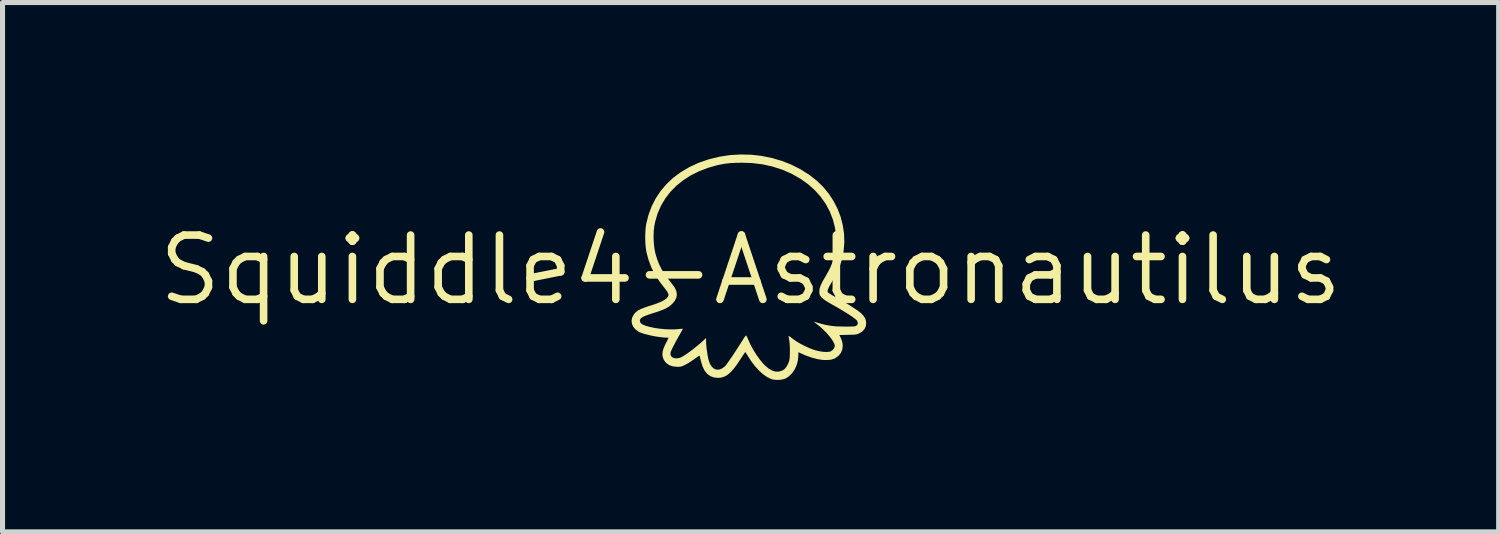
<source format=kicad_pcb>
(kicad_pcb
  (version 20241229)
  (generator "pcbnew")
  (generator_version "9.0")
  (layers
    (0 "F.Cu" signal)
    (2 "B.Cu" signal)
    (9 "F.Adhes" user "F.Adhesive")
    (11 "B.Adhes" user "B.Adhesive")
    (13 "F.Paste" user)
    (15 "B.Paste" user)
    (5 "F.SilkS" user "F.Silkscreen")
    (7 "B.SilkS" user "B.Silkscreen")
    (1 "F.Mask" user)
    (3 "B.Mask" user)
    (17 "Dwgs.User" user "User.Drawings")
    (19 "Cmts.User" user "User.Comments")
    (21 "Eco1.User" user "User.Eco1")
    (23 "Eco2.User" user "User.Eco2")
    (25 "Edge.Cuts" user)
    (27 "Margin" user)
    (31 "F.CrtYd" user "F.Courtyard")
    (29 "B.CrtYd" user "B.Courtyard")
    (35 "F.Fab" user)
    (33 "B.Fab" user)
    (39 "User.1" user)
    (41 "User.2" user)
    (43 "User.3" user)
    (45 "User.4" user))
  (footprint "Squiddle4-Astronautilus"
    (layer "F.Cu")
    (at 11.77 2.281)
    (property "Reference" "Squiddle4-Astronautilus" (at 0 0 0) (layer "F.SilkS") (effects (font (size 1.27 1.27) (thickness 0.15))))
    (attr board_only exclude_from_pos_files exclude_from_bom)
    (fp_poly (pts (xy 0.011 -2.276) (xy 0.216 -2.253) (xy 0.418 -2.212) (xy 0.614 -2.155) (xy 0.803 -2.081) (xy 0.983 -1.99) (xy 1.153 -1.883) (xy 1.302 -1.767) (xy 1.431 -1.643) (xy 1.543 -1.507) (xy 1.638 -1.362) (xy 1.717 -1.208) (xy 1.778 -1.048) (xy 1.82 -0.884) (xy 1.845 -0.716) (xy 1.851 -0.546) (xy 1.837 -0.377) (xy 1.804 -0.209) (xy 1.751 -0.045) (xy 1.744 -0.026) (xy 1.724 0.018) (xy 1.696 0.073) (xy 1.664 0.133) (xy 1.63 0.192) (xy 1.623 0.205) (xy 1.582 0.274) (xy 1.552 0.327) (xy 1.533 0.368) (xy 1.522 0.399) (xy 1.52 0.421) (xy 1.525 0.437) (xy 1.53 0.445) (xy 1.545 0.456) (xy 1.576 0.476) (xy 1.617 0.501) (xy 1.667 0.53) (xy 1.709 0.553) (xy 1.806 0.608) (xy 1.898 0.662) (xy 1.983 0.714) (xy 2.057 0.762) (xy 2.12 0.805) (xy 2.167 0.841) (xy 2.186 0.857) (xy 2.235 0.911) (xy 2.266 0.963) (xy 2.28 1.02) (xy 2.282 1.05) (xy 2.273 1.115) (xy 2.245 1.172) (xy 2.198 1.219) (xy 2.156 1.244) (xy 2.132 1.256) (xy 2.11 1.265) (xy 2.088 1.271) (xy 2.06 1.275) (xy 2.022 1.277) (xy 1.97 1.279) (xy 1.923 1.28) (xy 1.752 1.284) (xy 1.783 1.345) (xy 1.811 1.423) (xy 1.82 1.499) (xy 1.81 1.571) (xy 1.782 1.637) (xy 1.737 1.693) (xy 1.675 1.739) (xy 1.658 1.748) (xy 1.591 1.77) (xy 1.51 1.778) (xy 1.418 1.775) (xy 1.317 1.759) (xy 1.209 1.73) (xy 1.097 1.691) (xy 1.022 1.659) (xy 0.943 1.622) (xy 0.943 1.682) (xy 0.934 1.784) (xy 0.909 1.879) (xy 0.869 1.966) (xy 0.816 2.042) (xy 0.752 2.103) (xy 0.69 2.142) (xy 0.638 2.159) (xy 0.574 2.169) (xy 0.506 2.17) (xy 0.441 2.162) (xy 0.406 2.152) (xy 0.328 2.115) (xy 0.248 2.06) (xy 0.168 1.988) (xy 0.088 1.901) (xy 0.012 1.801) (xy -0.059 1.69) (xy -0.06 1.688) (xy -0.08 1.656) (xy -0.096 1.632) (xy -0.105 1.621) (xy -0.105 1.621) (xy -0.113 1.629) (xy -0.129 1.653) (xy -0.153 1.689) (xy -0.182 1.733) (xy -0.207 1.771) (xy -0.274 1.872) (xy -0.336 1.954) (xy -0.395 2.019) (xy -0.452 2.068) (xy -0.509 2.101) (xy -0.568 2.122) (xy -0.629 2.13) (xy -0.646 2.13) (xy -0.727 2.121) (xy -0.798 2.094) (xy -0.858 2.049) (xy -0.909 1.986) (xy -0.949 1.904) (xy -0.98 1.803) (xy -0.984 1.785) (xy -0.994 1.744) (xy -1.002 1.711) (xy -1.007 1.693) (xy -1.008 1.69) (xy -1.017 1.694) (xy -1.04 1.709) (xy -1.073 1.732) (xy -1.112 1.76) (xy -1.162 1.794) (xy -1.215 1.829) (xy -1.265 1.858) (xy -1.292 1.872) (xy -1.334 1.892) (xy -1.366 1.904) (xy -1.397 1.91) (xy -1.437 1.911) (xy -1.456 1.911) (xy -1.539 1.902) (xy -1.61 1.877) (xy -1.667 1.836) (xy -1.71 1.78) (xy -1.715 1.77) (xy -1.735 1.718) (xy -1.742 1.665) (xy -1.736 1.607) (xy -1.717 1.542) (xy -1.683 1.466) (xy -1.674 1.448) (xy -1.652 1.406) (xy -1.635 1.371) (xy -1.624 1.347) (xy -1.621 1.339) (xy -1.63 1.336) (xy -1.653 1.335) (xy -1.662 1.335) (xy -1.726 1.332) (xy -1.8 1.323) (xy -1.881 1.311) (xy -1.963 1.295) (xy -2.042 1.276) (xy -2.113 1.257) (xy -2.171 1.237) (xy -2.206 1.221) (xy -2.269 1.177) (xy -2.315 1.124) (xy -2.342 1.066) (xy -2.35 1.005) (xy -2.35 1.002) (xy -2.188 1.002) (xy -2.179 1.034) (xy -2.152 1.064) (xy -2.125 1.08) (xy -2.062 1.104) (xy -1.982 1.126) (xy -1.89 1.145) (xy -1.79 1.159) (xy -1.688 1.169) (xy -1.587 1.173) (xy -1.492 1.172) (xy -1.43 1.167) (xy -1.389 1.163) (xy -1.357 1.16) (xy -1.339 1.159) (xy -1.337 1.16) (xy -1.341 1.169) (xy -1.354 1.193) (xy -1.374 1.229) (xy -1.399 1.274) (xy -1.41 1.292) (xy -1.454 1.371) (xy -1.494 1.445) (xy -1.528 1.511) (xy -1.555 1.565) (xy -1.573 1.606) (xy -1.579 1.624) (xy -1.583 1.667) (xy -1.569 1.702) (xy -1.542 1.727) (xy -1.503 1.742) (xy -1.455 1.745) (xy -1.402 1.735) (xy -1.372 1.723) (xy -1.326 1.698) (xy -1.269 1.661) (xy -1.204 1.615) (xy -1.133 1.562) (xy -1.062 1.504) (xy -0.992 1.446) (xy -0.941 1.4) (xy -0.879 1.343) (xy -0.879 1.41) (xy -0.876 1.467) (xy -0.87 1.538) (xy -0.86 1.614) (xy -0.848 1.688) (xy -0.835 1.753) (xy -0.831 1.771) (xy -0.805 1.847) (xy -0.77 1.905) (xy -0.728 1.945) (xy -0.68 1.966) (xy -0.629 1.968) (xy -0.574 1.95) (xy -0.519 1.912) (xy -0.496 1.889) (xy -0.479 1.869) (xy -0.453 1.833) (xy -0.42 1.785) (xy -0.38 1.728) (xy -0.337 1.664) (xy -0.292 1.596) (xy -0.247 1.526) (xy -0.204 1.459) (xy -0.164 1.396) (xy -0.147 1.369) (xy -0.125 1.334) (xy -0.106 1.308) (xy -0.093 1.294) (xy -0.09 1.292) (xy -0.081 1.302) (xy -0.068 1.326) (xy -0.053 1.36) (xy -0.049 1.369) (xy -0.004 1.47) (xy 0.053 1.575) (xy 0.118 1.679) (xy 0.187 1.774) (xy 0.257 1.857) (xy 0.274 1.875) (xy 0.347 1.939) (xy 0.418 1.983) (xy 0.487 2.005) (xy 0.555 2.007) (xy 0.621 1.987) (xy 0.64 1.978) (xy 0.68 1.946) (xy 0.717 1.897) (xy 0.746 1.839) (xy 0.765 1.781) (xy 0.771 1.736) (xy 0.775 1.677) (xy 0.776 1.608) (xy 0.775 1.535) (xy 0.772 1.466) (xy 0.766 1.404) (xy 0.76 1.369) (xy 0.753 1.33) (xy 0.75 1.308) (xy 0.751 1.3) (xy 0.758 1.302) (xy 0.763 1.305) (xy 0.779 1.318) (xy 0.807 1.339) (xy 0.842 1.365) (xy 0.854 1.374) (xy 0.912 1.414) (xy 0.985 1.457) (xy 1.065 1.498) (xy 1.147 1.536) (xy 1.225 1.567) (xy 1.276 1.584) (xy 1.354 1.603) (xy 1.428 1.615) (xy 1.495 1.619) (xy 1.55 1.615) (xy 1.581 1.607) (xy 1.615 1.584) (xy 1.643 1.551) (xy 1.66 1.515) (xy 1.663 1.498) (xy 1.655 1.462) (xy 1.632 1.415) (xy 1.597 1.361) (xy 1.552 1.303) (xy 1.499 1.242) (xy 1.44 1.182) (xy 1.378 1.125) (xy 1.329 1.085) (xy 1.295 1.059) (xy 1.268 1.038) (xy 1.252 1.025) (xy 1.25 1.022) (xy 1.259 1.024) (xy 1.285 1.031) (xy 1.321 1.041) (xy 1.348 1.049) (xy 1.439 1.074) (xy 1.523 1.092) (xy 1.608 1.105) (xy 1.698 1.113) (xy 1.801 1.116) (xy 1.859 1.117) (xy 1.931 1.117) (xy 1.985 1.116) (xy 2.024 1.115) (xy 2.052 1.112) (xy 2.071 1.108) (xy 2.085 1.102) (xy 2.09 1.099) (xy 2.113 1.073) (xy 2.117 1.04) (xy 2.102 1.001) (xy 2.1 0.999) (xy 2.082 0.98) (xy 2.048 0.953) (xy 2 0.918) (xy 1.941 0.879) (xy 1.873 0.836) (xy 1.799 0.791) (xy 1.722 0.745) (xy 1.643 0.7) (xy 1.631 0.694) (xy 1.548 0.646) (xy 1.482 0.606) (xy 1.432 0.57) (xy 1.397 0.537) (xy 1.374 0.507) (xy 1.362 0.478) (xy 1.36 0.472) (xy 1.356 0.428) (xy 1.36 0.382) (xy 1.373 0.333) (xy 1.396 0.276) (xy 1.43 0.209) (xy 1.477 0.13) (xy 1.491 0.106) (xy 1.572 -0.043) (xy 1.632 -0.195) (xy 1.671 -0.351) (xy 1.69 -0.511) (xy 1.687 -0.675) (xy 1.667 -0.831) (xy 1.625 -0.996) (xy 1.564 -1.154) (xy 1.484 -1.303) (xy 1.386 -1.443) (xy 1.271 -1.572) (xy 1.139 -1.691) (xy 0.991 -1.797) (xy 0.827 -1.891) (xy 0.81 -1.9) (xy 0.624 -1.981) (xy 0.432 -2.043) (xy 0.232 -2.087) (xy 0.023 -2.112) (xy -0.165 -2.118) (xy -0.293 -2.116) (xy -0.405 -2.11) (xy -0.507 -2.098) (xy -0.604 -2.081) (xy -0.651 -2.071) (xy -0.842 -2.017) (xy -1.019 -1.949) (xy -1.182 -1.867) (xy -1.331 -1.772) (xy -1.465 -1.664) (xy -1.583 -1.544) (xy -1.684 -1.413) (xy -1.768 -1.271) (xy -1.835 -1.119) (xy -1.883 -0.957) (xy -1.902 -0.863) (xy -1.913 -0.762) (xy -1.916 -0.65) (xy -1.911 -0.535) (xy -1.899 -0.425) (xy -1.88 -0.329) (xy -1.845 -0.212) (xy -1.803 -0.105) (xy -1.751 -0.003) (xy -1.686 0.099) (xy -1.607 0.203) (xy -1.572 0.248) (xy -1.54 0.29) (xy -1.514 0.325) (xy -1.497 0.349) (xy -1.496 0.35) (xy -1.466 0.417) (xy -1.456 0.484) (xy -1.467 0.549) (xy -1.499 0.612) (xy -1.539 0.66) (xy -1.572 0.691) (xy -1.606 0.719) (xy -1.645 0.743) (xy -1.69 0.767) (xy -1.746 0.79) (xy -1.815 0.816) (xy -1.9 0.844) (xy -1.941 0.857) (xy -2.018 0.882) (xy -2.076 0.904) (xy -2.119 0.923) (xy -2.15 0.941) (xy -2.17 0.959) (xy -2.178 0.969) (xy -2.188 1.002) (xy -2.35 1.002) (xy -2.339 0.942) (xy -2.308 0.881) (xy -2.285 0.852) (xy -2.256 0.823) (xy -2.219 0.797) (xy -2.172 0.773) (xy -2.112 0.748) (xy -2.036 0.721) (xy -1.965 0.699) (xy -1.856 0.663) (xy -1.768 0.627) (xy -1.701 0.591) (xy -1.654 0.555) (xy -1.627 0.518) (xy -1.621 0.488) (xy -1.629 0.459) (xy -1.651 0.419) (xy -1.668 0.396) (xy -1.696 0.36) (xy -1.731 0.315) (xy -1.768 0.267) (xy -1.79 0.238) (xy -1.882 0.102) (xy -1.959 -0.048) (xy -2.019 -0.21) (xy -2.056 -0.353) (xy -2.069 -0.432) (xy -2.077 -0.526) (xy -2.081 -0.626) (xy -2.079 -0.727) (xy -2.073 -0.821) (xy -2.063 -0.901) (xy -2.062 -0.906) (xy -2.017 -1.086) (xy -1.954 -1.256) (xy -1.873 -1.415) (xy -1.774 -1.563) (xy -1.659 -1.698) (xy -1.527 -1.822) (xy -1.378 -1.932) (xy -1.214 -2.029) (xy -1.034 -2.113) (xy -1.012 -2.122) (xy -0.814 -2.189) (xy -0.611 -2.238) (xy -0.405 -2.269) (xy -0.197 -2.281)) (stroke (width 0) (type solid)) (fill yes) (layer "F.SilkS")))
  (gr_rect
    (start -3 -3)
    (end 26.54 7.451)
    (stroke (width 0.1) (type default))
    (fill no)
    (layer "Edge.Cuts")))
</source>
